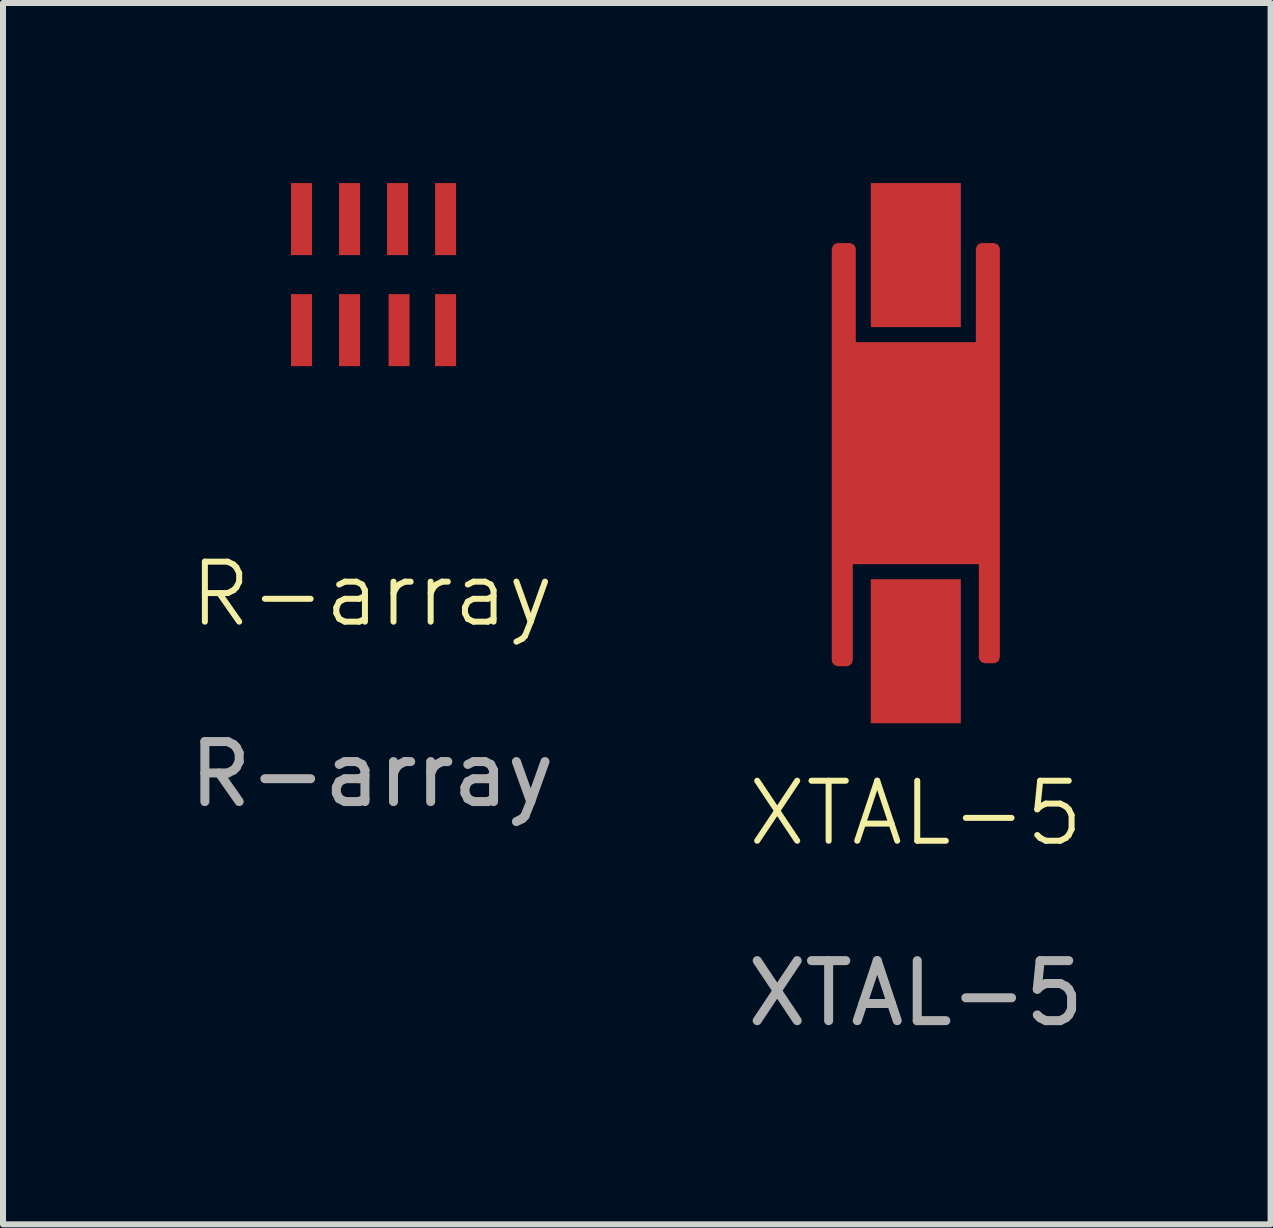
<source format=kicad_pcb>
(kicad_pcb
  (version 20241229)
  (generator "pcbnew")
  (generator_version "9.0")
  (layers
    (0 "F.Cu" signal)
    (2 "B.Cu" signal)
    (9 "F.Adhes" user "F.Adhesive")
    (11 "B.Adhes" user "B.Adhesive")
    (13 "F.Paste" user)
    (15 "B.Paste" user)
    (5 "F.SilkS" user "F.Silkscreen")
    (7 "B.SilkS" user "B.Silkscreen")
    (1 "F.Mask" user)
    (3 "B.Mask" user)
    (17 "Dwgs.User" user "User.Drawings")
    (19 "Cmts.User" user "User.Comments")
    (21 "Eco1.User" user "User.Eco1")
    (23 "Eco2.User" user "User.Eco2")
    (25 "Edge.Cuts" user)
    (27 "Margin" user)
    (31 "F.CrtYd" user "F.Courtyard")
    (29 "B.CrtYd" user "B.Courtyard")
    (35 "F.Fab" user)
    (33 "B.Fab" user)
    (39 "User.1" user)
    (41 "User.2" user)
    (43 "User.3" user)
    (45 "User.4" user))
  (footprint "XTAL-5"
    (layer "F.Cu")
    (at 12.208 4.6)
    (property "Reference" "XTAL-5" (at 0 5.9 0) (unlocked yes) (layer "F.SilkS") (effects (font (size 1 1) (thickness 0.1))))
    (attr smd)
    (fp_text user "${REFERENCE}" (at 0 8.9 0) (unlocked yes) (layer "F.Fab") (effects (font (size 1 1) (thickness 0.15))))
    (pad "1" smd rect (at 0 3.2 90) (size 2.4 1.5) (layers "F.Cu" "F.Mask" "F.Paste"))
    (pad "2" smd rect (at 0 -3.4 90) (size 2.4 1.5) (layers "F.Cu" "F.Mask" "F.Paste"))
    (pad "3" smd custom (at 0 0 90) (size 2.4 1.5) (layers "F.Cu") (options (anchor rect)) (primitives (gr_poly (pts (xy -3.35 -1.3) (xy 3.5 -1.3) (xy 3.5 -1.1) (xy 1.85 -1.1) (xy 1.85 1.1) (xy 3.5 1.1) (xy 3.5 1.3) (xy -3.3 1.3) (xy -3.3 1.15) (xy -1.65 1.15) (xy -1.65 -1.15) (xy -3.35 -1.15)) (width 0.2) (fill yes)))))
  (footprint "R-array"
    (layer "F.Cu")
    (at 3.149 1.6)
    (property "Reference" "R-array" (at 0 5.25 0) (unlocked yes) (layer "F.SilkS") (effects (font (size 1 1) (thickness 0.1))))
    (attr smd)
    (fp_text user "${REFERENCE}" (at 0 8.25 0) (unlocked yes) (layer "F.Fab") (effects (font (size 1 1) (thickness 0.15))))
    (pad "1" smd rect (at 1.225 -1) (size 0.35 1.2) (layers "F.Cu" "F.Mask" "F.Paste"))
    (pad "2" smd rect (at 0.425 -1) (size 0.35 1.2) (layers "F.Cu" "F.Mask" "F.Paste"))
    (pad "3" smd rect (at -0.375 -1) (size 0.35 1.2) (layers "F.Cu" "F.Mask" "F.Paste"))
    (pad "4" smd rect (at -1.175 -1) (size 0.35 1.2) (layers "F.Cu" "F.Mask" "F.Paste"))
    (pad "5" smd rect (at -1.175 0.85) (size 0.35 1.2) (layers "F.Cu" "F.Mask" "F.Paste"))
    (pad "6" smd rect (at -0.375 0.85) (size 0.35 1.2) (layers "F.Cu" "F.Mask" "F.Paste"))
    (pad "7" smd rect (at 0.45 0.85) (size 0.35 1.2) (layers "F.Cu" "F.Mask" "F.Paste"))
    (pad "8" smd rect (at 1.225 0.85) (size 0.35 1.2) (layers "F.Cu" "F.Mask" "F.Paste")))
  (gr_rect
    (start -3 -3)
    (end 18.119 17.348)
    (stroke (width 0.1) (type default))
    (fill no)
    (layer "Edge.Cuts")))
</source>
